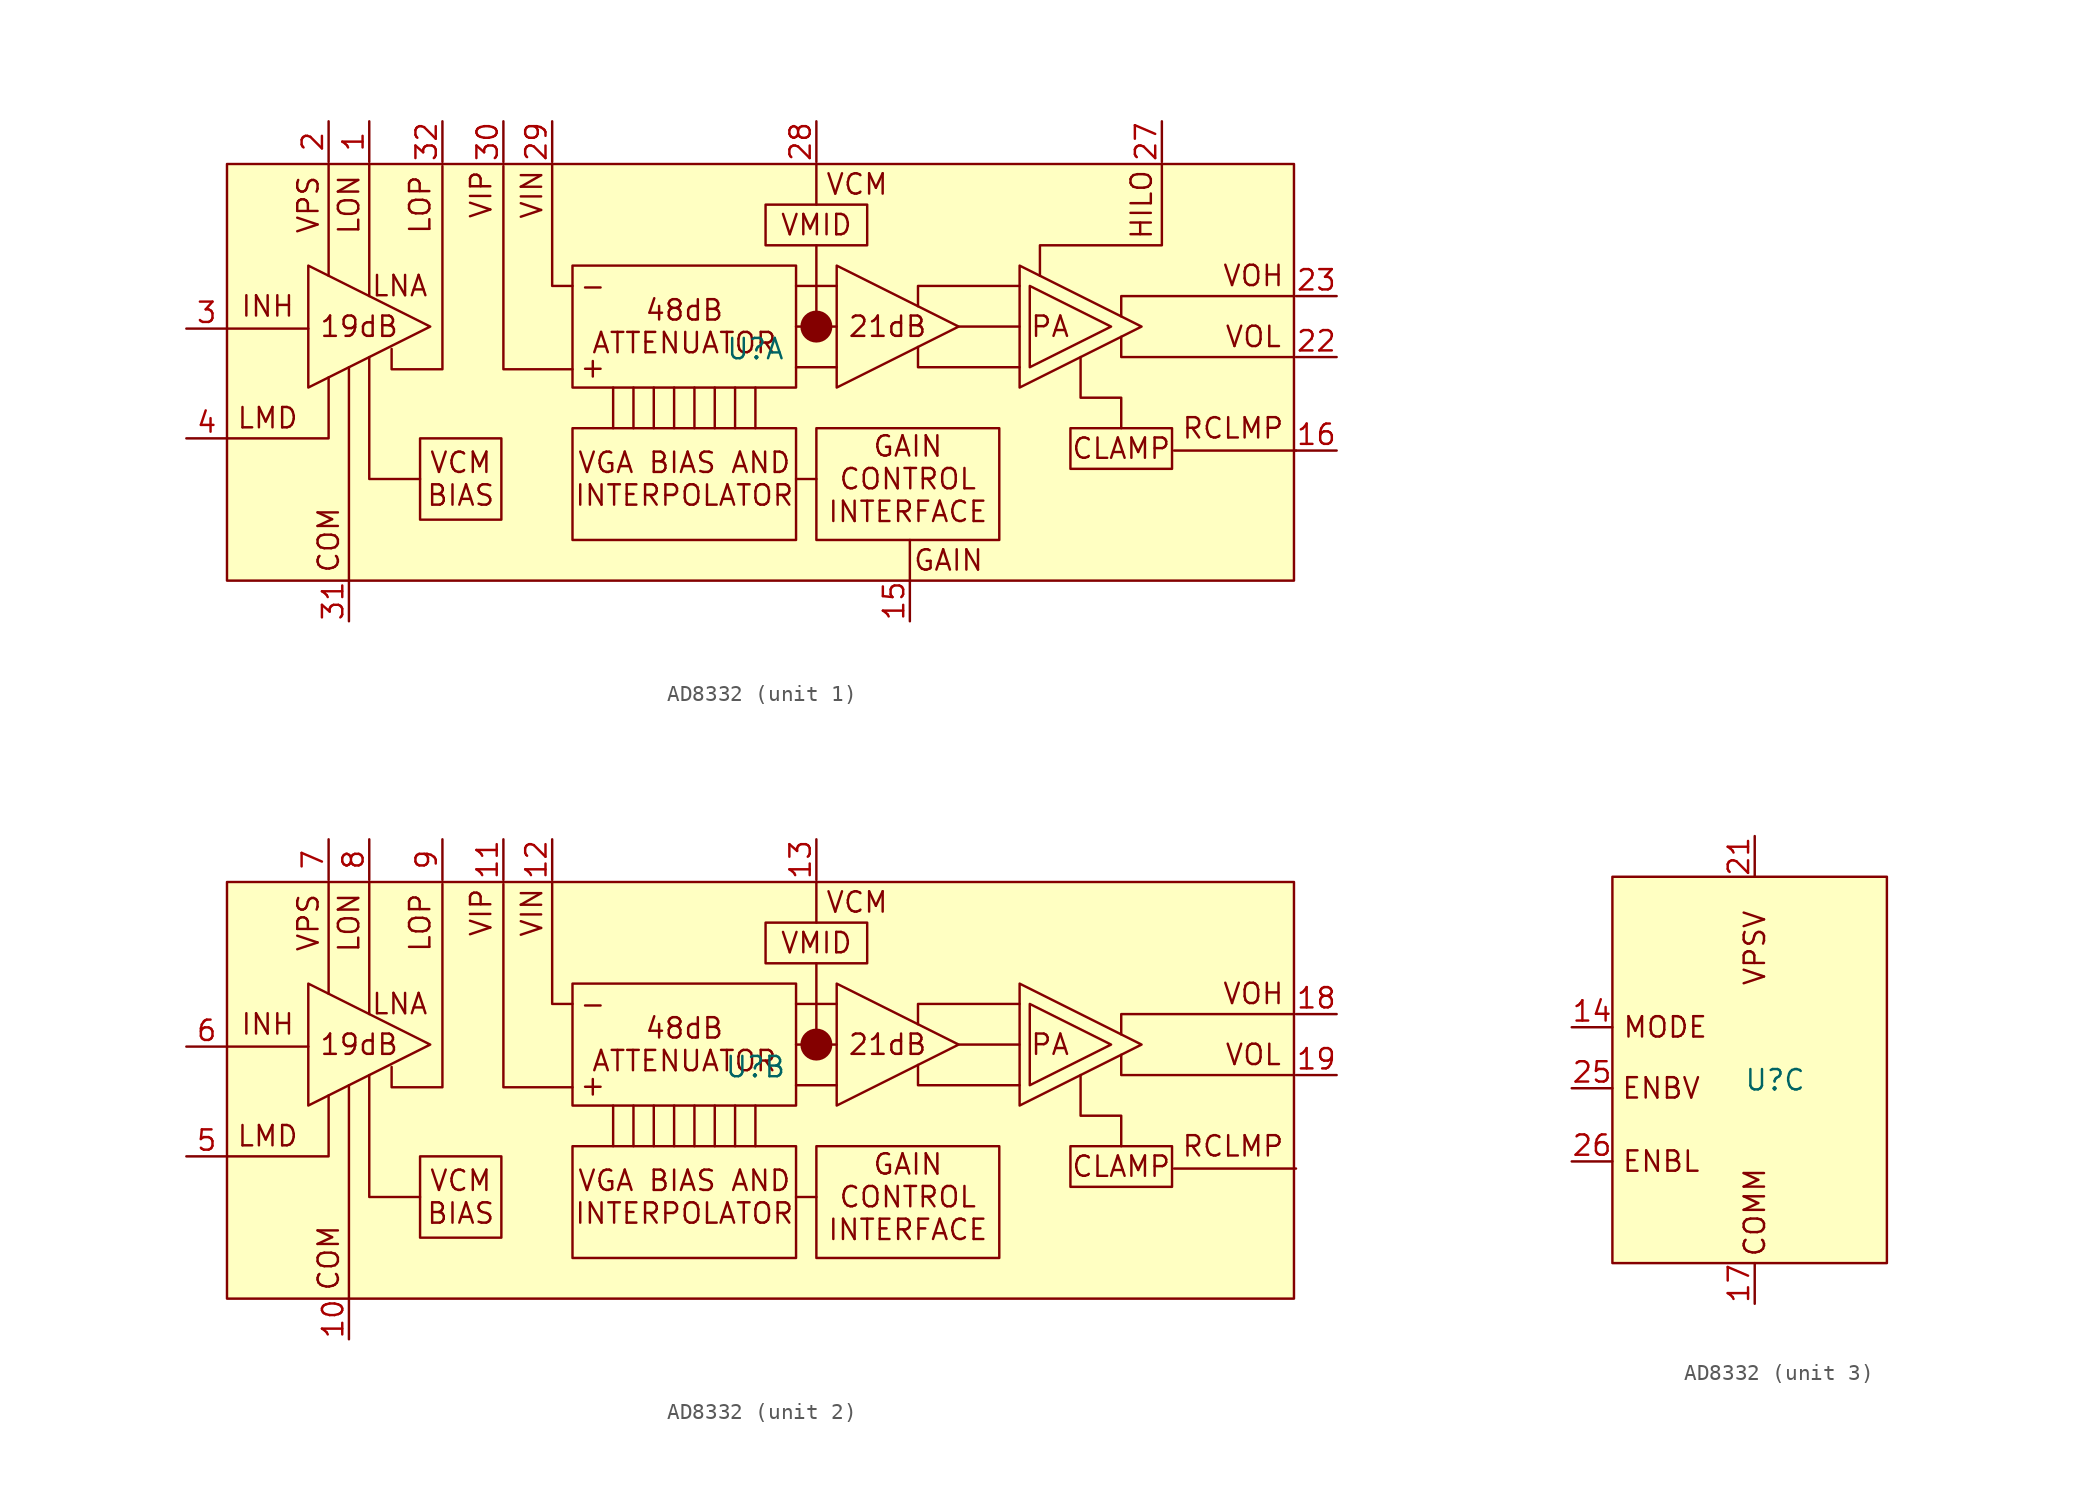
<source format=kicad_sym>
(kicad_symbol_lib
  (version 20220914)
  (generator kicad_symbol_editor)
  (symbol "AD8332"
    (property "Reference" "U"
      (at 1.27 0.508 0)
      (effects (font (size 1.27 1.27))))
    (property "Value" ""
      (at 14.605 -0.127 0)
      (effects (font (size 1.27 1.27))))
    (symbol "AD8332_1_1"
      (rectangle (start -31.75 12.065) (end 34.925 -13.97) (stroke (width 0) (type default)) (fill (type background)))
      (rectangle (start -19.685 -5.08) (end -14.605 -10.16) (stroke (width 0) (type default)) (fill (type none)))
      (rectangle (start -10.16 -4.445) (end 3.81 -11.43) (stroke (width 0) (type default)) (fill (type none)))
      (rectangle (start -10.16 5.715) (end 3.81 -1.905) (stroke (width 0) (type default)) (fill (type none)))
      (polyline (pts (xy -31.75 1.778) (xy -26.67 1.778)) (stroke (width 0) (type default)) (fill (type none)))
      (polyline (pts (xy -25.4 12.065) (xy -25.4 5.08)) (stroke (width 0) (type default)) (fill (type none)))
      (polyline (pts (xy -24.13 -13.97) (xy -24.13 -0.635)) (stroke (width 0) (type default)) (fill (type none)))
      (polyline (pts (xy -22.86 12.065) (xy -22.86 3.81)) (stroke (width 0) (type default)) (fill (type none)))
      (polyline (pts (xy -7.62 -1.905) (xy -7.62 -4.445)) (stroke (width 0) (type default)) (fill (type none)))
      (polyline (pts (xy -6.35 -1.905) (xy -6.35 -4.445)) (stroke (width 0) (type default)) (fill (type none)))
      (polyline (pts (xy -5.08 -1.905) (xy -5.08 -4.445)) (stroke (width 0) (type default)) (fill (type none)))
      (polyline (pts (xy -3.81 -1.905) (xy -3.81 -4.445)) (stroke (width 0) (type default)) (fill (type none)))
      (polyline (pts (xy -2.54 -1.905) (xy -2.54 -4.445)) (stroke (width 0) (type default)) (fill (type none)))
      (polyline (pts (xy -1.27 -1.905) (xy -1.27 -4.445)) (stroke (width 0) (type default)) (fill (type none)))
      (polyline (pts (xy 0 -1.905) (xy 0 -4.445)) (stroke (width 0) (type default)) (fill (type none)))
      (polyline (pts (xy 1.27 -1.905) (xy 1.27 -4.445)) (stroke (width 0) (type default)) (fill (type none)))
      (polyline (pts (xy 3.81 -7.62) (xy 5.08 -7.62)) (stroke (width 0) (type default)) (fill (type none)))
      (polyline (pts (xy 3.81 -0.635) (xy 6.35 -0.635)) (stroke (width 0) (type default)) (fill (type none)))
      (polyline (pts (xy 3.81 4.445) (xy 6.35 4.445)) (stroke (width 0) (type default)) (fill (type none)))
      (polyline (pts (xy 5.08 1.905) (xy 5.08 6.985)) (stroke (width 0) (type default)) (fill (type none)))
      (polyline (pts (xy 5.08 9.525) (xy 5.08 12.065)) (stroke (width 0) (type default)) (fill (type none)))
      (polyline (pts (xy 6.35 1.905) (xy 3.81 1.905)) (stroke (width 0) (type default)) (fill (type none)))
      (polyline (pts (xy 10.922 -13.97) (xy 10.922 -11.43)) (stroke (width 0) (type default)) (fill (type none)))
      (polyline (pts (xy 13.97 1.905) (xy 17.78 1.905)) (stroke (width 0) (type default)) (fill (type none)))
      (polyline (pts (xy 35.052 -5.842) (xy 27.432 -5.842)) (stroke (width 0) (type default)) (fill (type none)))
      (polyline (pts (xy -31.75 -5.08) (xy -25.4 -5.08) (xy -25.4 -1.27)) (stroke (width 0) (type default)) (fill (type none)))
      (polyline (pts (xy -22.86 0) (xy -22.86 -7.62) (xy -19.685 -7.62)) (stroke (width 0) (type default)) (fill (type none)))
      (polyline (pts (xy -14.478 11.938) (xy -14.478 -0.762) (xy -10.16 -0.762)) (stroke (width 0) (type default)) (fill (type none)))
      (polyline (pts (xy -11.43 12.065) (xy -11.43 4.445) (xy -10.16 4.445)) (stroke (width 0) (type default)) (fill (type none)))
      (polyline (pts (xy 11.43 0.635) (xy 11.43 -0.635) (xy 17.78 -0.635)) (stroke (width 0) (type default)) (fill (type none)))
      (polyline (pts (xy 11.43 3.175) (xy 11.43 4.445) (xy 17.78 4.445)) (stroke (width 0) (type default)) (fill (type none)))
      (polyline (pts (xy 24.13 2.54) (xy 24.13 3.81) (xy 34.925 3.81)) (stroke (width 0) (type default)) (fill (type none)))
      (polyline (pts (xy 34.925 0) (xy 24.13 0) (xy 24.13 1.27)) (stroke (width 0) (type default)) (fill (type none)))
      (polyline (pts (xy -26.67 5.715) (xy -26.67 -1.905) (xy -19.05 1.905) (xy -26.67 5.715)) (stroke (width 0) (type default)) (fill (type none)))
      (polyline (pts (xy -18.288 11.938) (xy -18.288 -0.762) (xy -21.463 -0.762) (xy -21.463 0.508)) (stroke (width 0) (type default)) (fill (type none)))
      (polyline (pts (xy 6.35 5.715) (xy 6.35 -1.905) (xy 13.97 1.905) (xy 6.35 5.715)) (stroke (width 0) (type default)) (fill (type none)))
      (polyline (pts (xy 17.78 5.715) (xy 17.78 -1.905) (xy 25.4 1.905) (xy 17.78 5.715)) (stroke (width 0) (type default)) (fill (type none)))
      (polyline (pts (xy 18.415 4.445) (xy 18.415 -0.635) (xy 23.495 1.905) (xy 18.415 4.445)) (stroke (width 0) (type default)) (fill (type none)))
      (polyline (pts (xy 21.59 0) (xy 21.59 -2.54) (xy 24.13 -2.54) (xy 24.13 -4.445)) (stroke (width 0) (type default)) (fill (type none)))
      (polyline (pts (xy 26.67 12.065) (xy 26.67 6.985) (xy 19.05 6.985) (xy 19.05 5.08)) (stroke (width 0) (type default)) (fill (type none)))
      (rectangle (start 1.905 9.525) (end 8.255 6.985) (stroke (width 0) (type default)) (fill (type none)))
      (rectangle (start 5.08 -4.445) (end 16.51 -11.43) (stroke (width 0) (type default)) (fill (type none)))
      (circle (center 5.08 1.905) (radius 0.0001) (stroke (width 1) (type default)) (fill (type none)))
      (rectangle (start 20.955 -4.445) (end 27.305 -6.985) (stroke (width 0) (type default)) (fill (type none)))
      (text "+" (at -8.89 -0.635 0) (effects (font (size 1.27 1.27))))
      (text "-" (at -8.89 4.445 0) (effects (font (size 1.27 1.27))))
      (text "19dB" (at -23.495 1.905 0) (effects (font (size 1.27 1.27))))
      (text "21dB" (at 9.525 1.905 0) (effects (font (size 1.27 1.27))))
      (text "48dB\nATTENUATOR" (at -3.175 1.905 0) (effects (font (size 1.27 1.27))))
      (text "CLAMP" (at 24.13 -5.715 0) (effects (font (size 1.27 1.27))))
      (text "COM" (at -25.4 -11.43 900) (effects (font (size 1.27 1.27))))
      (text "GAIN" (at 13.335 -12.7 0) (effects (font (size 1.27 1.27))))
      (text "GAIN\nCONTROL\nINTERFACE" (at 10.795 -7.62 0) (effects (font (size 1.27 1.27))))
      (text "HILO" (at 25.4 9.525 900) (effects (font (size 1.27 1.27))))
      (text "INH" (at -29.21 3.175 0) (effects (font (size 1.27 1.27))))
      (text "LMD" (at -29.21 -3.81 0) (effects (font (size 1.27 1.27))))
      (text "LNA" (at -20.955 4.445 0) (effects (font (size 1.27 1.27))))
      (text "LON" (at -24.13 9.525 900) (effects (font (size 1.27 1.27))))
      (text "LOP" (at -19.685 9.525 900) (effects (font (size 1.27 1.27))))
      (text "PA" (at 19.685 1.905 0) (effects (font (size 1.27 1.27))))
      (text "RCLMP" (at 31.115 -4.445 0) (effects (font (size 1.27 1.27))))
      (text "VCM" (at 7.62 10.795 0) (effects (font (size 1.27 1.27))))
      (text "VCM\nBIAS" (at -17.145 -7.62 0) (effects (font (size 1.27 1.27))))
      (text "VGA BIAS AND\nINTERPOLATOR" (at -3.175 -7.62 0) (effects (font (size 1.27 1.27))))
      (text "VIN" (at -12.7 10.16 900) (effects (font (size 1.27 1.27))))
      (text "VIP" (at -15.875 10.16 900) (effects (font (size 1.27 1.27))))
      (text "VMID" (at 5.08 8.255 0) (effects (font (size 1.27 1.27))))
      (text "VOH" (at 32.385 5.08 0) (effects (font (size 1.27 1.27))))
      (text "VOL" (at 32.385 1.27 0) (effects (font (size 1.27 1.27))))
      (text "VPS" (at -26.67 9.525 900) (effects (font (size 1.27 1.27))))
      (pin output line (at -22.86 14.732 270) (length 2.54) (name "LON" (effects (font (size 0 0)))) (number "1" (effects (font (size 1.27 1.27)))))
      (pin input line (at 10.922 -16.51 90) (length 2.54) (name "GAIN" (effects (font (size 0 0)))) (number "15" (effects (font (size 1.27 1.27)))))
      (pin output line (at 37.592 -5.842 180) (length 2.54) (name "RCLMP" (effects (font (size 0 0)))) (number "16" (effects (font (size 1.27 1.27)))))
      (pin power_in line (at -25.4 14.732 270) (length 2.54) (name "VPS" (effects (font (size 0 0)))) (number "2" (effects (font (size 1.27 1.27)))))
      (pin output line (at 37.592 0 180) (length 2.54) (name "VOL" (effects (font (size 0 0)))) (number "22" (effects (font (size 1.27 1.27)))))
      (pin output line (at 37.592 3.81 180) (length 2.54) (name "VOH" (effects (font (size 0 0)))) (number "23" (effects (font (size 1.27 1.27)))))
      (pin input line (at 26.67 14.732 270) (length 2.54) (name "HILO" (effects (font (size 0 0)))) (number "27" (effects (font (size 1.27 1.27)))))
      (pin output line (at 5.08 14.732 270) (length 2.54) (name "VCM" (effects (font (size 0 0)))) (number "28" (effects (font (size 1.27 1.27)))))
      (pin input line (at -11.43 14.732 270) (length 2.54) (name "VIN" (effects (font (size 0 0)))) (number "29" (effects (font (size 1.27 1.27)))))
      (pin input line (at -34.29 1.778 0) (length 2.54) (name "INH" (effects (font (size 0 0)))) (number "3" (effects (font (size 1.27 1.27)))))
      (pin input line (at -14.478 14.732 270) (length 2.54) (name "VIP" (effects (font (size 0 0)))) (number "30" (effects (font (size 1.27 1.27)))))
      (pin power_in line (at -24.13 -16.51 90) (length 2.54) (name "COM" (effects (font (size 0 0)))) (number "31" (effects (font (size 1.27 1.27)))))
      (pin output line (at -18.288 14.732 270) (length 2.54) (name "LOP" (effects (font (size 0 0)))) (number "32" (effects (font (size 1.27 1.27)))))
      (pin passive line (at -34.29 -5.08 0) (length 2.54) (name "LMD" (effects (font (size 0 0)))) (number "4" (effects (font (size 1.27 1.27))))))
    (symbol "AD8332_2_1"
      (rectangle (start -31.75 12.065) (end 34.925 -13.97) (stroke (width 0) (type default)) (fill (type background)))
      (rectangle (start -19.685 -5.08) (end -14.605 -10.16) (stroke (width 0) (type default)) (fill (type none)))
      (rectangle (start -10.16 -4.445) (end 3.81 -11.43) (stroke (width 0) (type default)) (fill (type none)))
      (rectangle (start -10.16 5.715) (end 3.81 -1.905) (stroke (width 0) (type default)) (fill (type none)))
      (polyline (pts (xy -31.75 1.778) (xy -26.67 1.778)) (stroke (width 0) (type default)) (fill (type none)))
      (polyline (pts (xy -25.4 12.065) (xy -25.4 5.08)) (stroke (width 0) (type default)) (fill (type none)))
      (polyline (pts (xy -24.13 -13.97) (xy -24.13 -0.635)) (stroke (width 0) (type default)) (fill (type none)))
      (polyline (pts (xy -22.86 12.065) (xy -22.86 3.81)) (stroke (width 0) (type default)) (fill (type none)))
      (polyline (pts (xy -7.62 -1.905) (xy -7.62 -4.445)) (stroke (width 0) (type default)) (fill (type none)))
      (polyline (pts (xy -6.35 -1.905) (xy -6.35 -4.445)) (stroke (width 0) (type default)) (fill (type none)))
      (polyline (pts (xy -5.08 -1.905) (xy -5.08 -4.445)) (stroke (width 0) (type default)) (fill (type none)))
      (polyline (pts (xy -3.81 -1.905) (xy -3.81 -4.445)) (stroke (width 0) (type default)) (fill (type none)))
      (polyline (pts (xy -2.54 -1.905) (xy -2.54 -4.445)) (stroke (width 0) (type default)) (fill (type none)))
      (polyline (pts (xy -1.27 -1.905) (xy -1.27 -4.445)) (stroke (width 0) (type default)) (fill (type none)))
      (polyline (pts (xy 0 -1.905) (xy 0 -4.445)) (stroke (width 0) (type default)) (fill (type none)))
      (polyline (pts (xy 1.27 -1.905) (xy 1.27 -4.445)) (stroke (width 0) (type default)) (fill (type none)))
      (polyline (pts (xy 3.81 -7.62) (xy 5.08 -7.62)) (stroke (width 0) (type default)) (fill (type none)))
      (polyline (pts (xy 3.81 -0.635) (xy 6.35 -0.635)) (stroke (width 0) (type default)) (fill (type none)))
      (polyline (pts (xy 3.81 4.445) (xy 6.35 4.445)) (stroke (width 0) (type default)) (fill (type none)))
      (polyline (pts (xy 5.08 1.905) (xy 5.08 6.985)) (stroke (width 0) (type default)) (fill (type none)))
      (polyline (pts (xy 5.08 9.525) (xy 5.08 12.065)) (stroke (width 0) (type default)) (fill (type none)))
      (polyline (pts (xy 6.35 1.905) (xy 3.81 1.905)) (stroke (width 0) (type default)) (fill (type none)))
      (polyline (pts (xy 13.97 1.905) (xy 17.78 1.905)) (stroke (width 0) (type default)) (fill (type none)))
      (polyline (pts (xy 35.052 -5.842) (xy 27.432 -5.842)) (stroke (width 0) (type default)) (fill (type none)))
      (polyline (pts (xy -31.75 -5.08) (xy -25.4 -5.08) (xy -25.4 -1.27)) (stroke (width 0) (type default)) (fill (type none)))
      (polyline (pts (xy -22.86 0) (xy -22.86 -7.62) (xy -19.685 -7.62)) (stroke (width 0) (type default)) (fill (type none)))
      (polyline (pts (xy -14.478 11.938) (xy -14.478 -0.762) (xy -10.16 -0.762)) (stroke (width 0) (type default)) (fill (type none)))
      (polyline (pts (xy -11.43 12.065) (xy -11.43 4.445) (xy -10.16 4.445)) (stroke (width 0) (type default)) (fill (type none)))
      (polyline (pts (xy 11.43 0.635) (xy 11.43 -0.635) (xy 17.78 -0.635)) (stroke (width 0) (type default)) (fill (type none)))
      (polyline (pts (xy 11.43 3.175) (xy 11.43 4.445) (xy 17.78 4.445)) (stroke (width 0) (type default)) (fill (type none)))
      (polyline (pts (xy 24.13 2.54) (xy 24.13 3.81) (xy 34.925 3.81)) (stroke (width 0) (type default)) (fill (type none)))
      (polyline (pts (xy 34.925 0) (xy 24.13 0) (xy 24.13 1.27)) (stroke (width 0) (type default)) (fill (type none)))
      (polyline (pts (xy -26.67 5.715) (xy -26.67 -1.905) (xy -19.05 1.905) (xy -26.67 5.715)) (stroke (width 0) (type default)) (fill (type none)))
      (polyline (pts (xy -18.288 11.938) (xy -18.288 -0.762) (xy -21.463 -0.762) (xy -21.463 0.508)) (stroke (width 0) (type default)) (fill (type none)))
      (polyline (pts (xy 6.35 5.715) (xy 6.35 -1.905) (xy 13.97 1.905) (xy 6.35 5.715)) (stroke (width 0) (type default)) (fill (type none)))
      (polyline (pts (xy 17.78 5.715) (xy 17.78 -1.905) (xy 25.4 1.905) (xy 17.78 5.715)) (stroke (width 0) (type default)) (fill (type none)))
      (polyline (pts (xy 18.415 4.445) (xy 18.415 -0.635) (xy 23.495 1.905) (xy 18.415 4.445)) (stroke (width 0) (type default)) (fill (type none)))
      (polyline (pts (xy 21.59 0) (xy 21.59 -2.54) (xy 24.13 -2.54) (xy 24.13 -4.445)) (stroke (width 0) (type default)) (fill (type none)))
      (rectangle (start 1.905 9.525) (end 8.255 6.985) (stroke (width 0) (type default)) (fill (type none)))
      (rectangle (start 5.08 -4.445) (end 16.51 -11.43) (stroke (width 0) (type default)) (fill (type none)))
      (circle (center 5.08 1.905) (radius 0.0001) (stroke (width 1) (type default)) (fill (type none)))
      (rectangle (start 20.955 -4.445) (end 27.305 -6.985) (stroke (width 0) (type default)) (fill (type none)))
      (text "+" (at -8.89 -0.635 0) (effects (font (size 1.27 1.27))))
      (text "-" (at -8.89 4.445 0) (effects (font (size 1.27 1.27))))
      (text "19dB" (at -23.495 1.905 0) (effects (font (size 1.27 1.27))))
      (text "21dB" (at 9.525 1.905 0) (effects (font (size 1.27 1.27))))
      (text "48dB\nATTENUATOR" (at -3.175 1.905 0) (effects (font (size 1.27 1.27))))
      (text "CLAMP" (at 24.13 -5.715 0) (effects (font (size 1.27 1.27))))
      (text "COM" (at -25.4 -11.43 900) (effects (font (size 1.27 1.27))))
      (text "GAIN\nCONTROL\nINTERFACE" (at 10.795 -7.62 0) (effects (font (size 1.27 1.27))))
      (text "INH" (at -29.21 3.175 0) (effects (font (size 1.27 1.27))))
      (text "LMD" (at -29.21 -3.81 0) (effects (font (size 1.27 1.27))))
      (text "LNA" (at -20.955 4.445 0) (effects (font (size 1.27 1.27))))
      (text "LON" (at -24.13 9.525 900) (effects (font (size 1.27 1.27))))
      (text "LOP" (at -19.685 9.525 900) (effects (font (size 1.27 1.27))))
      (text "PA" (at 19.685 1.905 0) (effects (font (size 1.27 1.27))))
      (text "RCLMP" (at 31.115 -4.445 0) (effects (font (size 1.27 1.27))))
      (text "VCM" (at 7.62 10.795 0) (effects (font (size 1.27 1.27))))
      (text "VCM\nBIAS" (at -17.145 -7.62 0) (effects (font (size 1.27 1.27))))
      (text "VGA BIAS AND\nINTERPOLATOR" (at -3.175 -7.62 0) (effects (font (size 1.27 1.27))))
      (text "VIN" (at -12.7 10.16 900) (effects (font (size 1.27 1.27))))
      (text "VIP" (at -15.875 10.16 900) (effects (font (size 1.27 1.27))))
      (text "VMID" (at 5.08 8.255 0) (effects (font (size 1.27 1.27))))
      (text "VOH" (at 32.385 5.08 0) (effects (font (size 1.27 1.27))))
      (text "VOL" (at 32.385 1.27 0) (effects (font (size 1.27 1.27))))
      (text "VPS" (at -26.67 9.525 900) (effects (font (size 1.27 1.27))))
      (pin power_in line (at -24.13 -16.51 90) (length 2.54) (name "COM" (effects (font (size 0 0)))) (number "10" (effects (font (size 1.27 1.27)))))
      (pin input line (at -14.478 14.732 270) (length 2.54) (name "VIP" (effects (font (size 0 0)))) (number "11" (effects (font (size 1.27 1.27)))))
      (pin input line (at -11.43 14.732 270) (length 2.54) (name "VIN" (effects (font (size 0 0)))) (number "12" (effects (font (size 1.27 1.27)))))
      (pin input line (at 5.08 14.732 270) (length 2.54) (name "VCM" (effects (font (size 0 0)))) (number "13" (effects (font (size 1.27 1.27)))))
      (pin output line (at 37.592 3.81 180) (length 2.54) (name "VOH" (effects (font (size 0 0)))) (number "18" (effects (font (size 1.27 1.27)))))
      (pin output line (at 37.592 0 180) (length 2.54) (name "VOL" (effects (font (size 0 0)))) (number "19" (effects (font (size 1.27 1.27)))))
      (pin passive line (at -34.29 -5.08 0) (length 2.54) (name "LMD" (effects (font (size 0 0)))) (number "5" (effects (font (size 1.27 1.27)))))
      (pin input line (at -34.29 1.778 0) (length 2.54) (name "INH" (effects (font (size 0 0)))) (number "6" (effects (font (size 1.27 1.27)))))
      (pin power_in line (at -25.4 14.732 270) (length 2.54) (name "VPS" (effects (font (size 0 0)))) (number "7" (effects (font (size 1.27 1.27)))))
      (pin output line (at -22.86 14.732 270) (length 2.54) (name "LON" (effects (font (size 0 0)))) (number "8" (effects (font (size 1.27 1.27)))))
      (pin output line (at -18.288 14.732 270) (length 2.54) (name "LOP" (effects (font (size 0 0)))) (number "9" (effects (font (size 1.27 1.27))))))
    (symbol "AD8332_3_1"
      (rectangle (start -8.89 13.208) (end 8.255 -10.922) (stroke (width 0) (type default)) (fill (type background)))
      (text "COMM" (at 0 -7.747 900) (effects (font (size 1.27 1.27))))
      (text "ENBL" (at -5.842 -4.572 0) (effects (font (size 1.27 1.27))))
      (text "ENBV" (at -5.842 0 0) (effects (font (size 1.27 1.27))))
      (text "MODE" (at -5.588 3.81 0) (effects (font (size 1.27 1.27))))
      (text "VPSV" (at 0 8.763 900) (effects (font (size 1.27 1.27))))
      (pin input line (at -11.43 3.81 0) (length 2.54) (name "MODE" (effects (font (size 0 0)))) (number "14" (effects (font (size 1.27 1.27)))))
      (pin power_in line (at 0 -13.462 90) (length 2.54) (name "COMM" (effects (font (size 0 0)))) (number "17" (effects (font (size 1.27 1.27)))))
      (pin power_in line (at 0 15.748 270) (length 2.54) (name "VPSV" (effects (font (size 0 0)))) (number "21" (effects (font (size 1.27 1.27)))))
      (pin power_in line (at 0 -13.462 90) (length 2.54) hide (name "COMM" (effects (font (size 0 0)))) (number "24" (effects (font (size 1.27 1.27)))))
      (pin input line (at -11.43 0 0) (length 2.54) (name "ENBV" (effects (font (size 0 0)))) (number "25" (effects (font (size 1.27 1.27)))))
      (pin input line (at -11.43 -4.572 0) (length 2.54) (name "ENBL" (effects (font (size 0 0)))) (number "26" (effects (font (size 1.27 1.27)))))
      (pin passive line (at 0 -13.462 90) (length 2.54) hide (name "EPAD" (effects (font (size 0 0)))) (number "33" (effects (font (size 1.27 1.27))))))))
</source>
